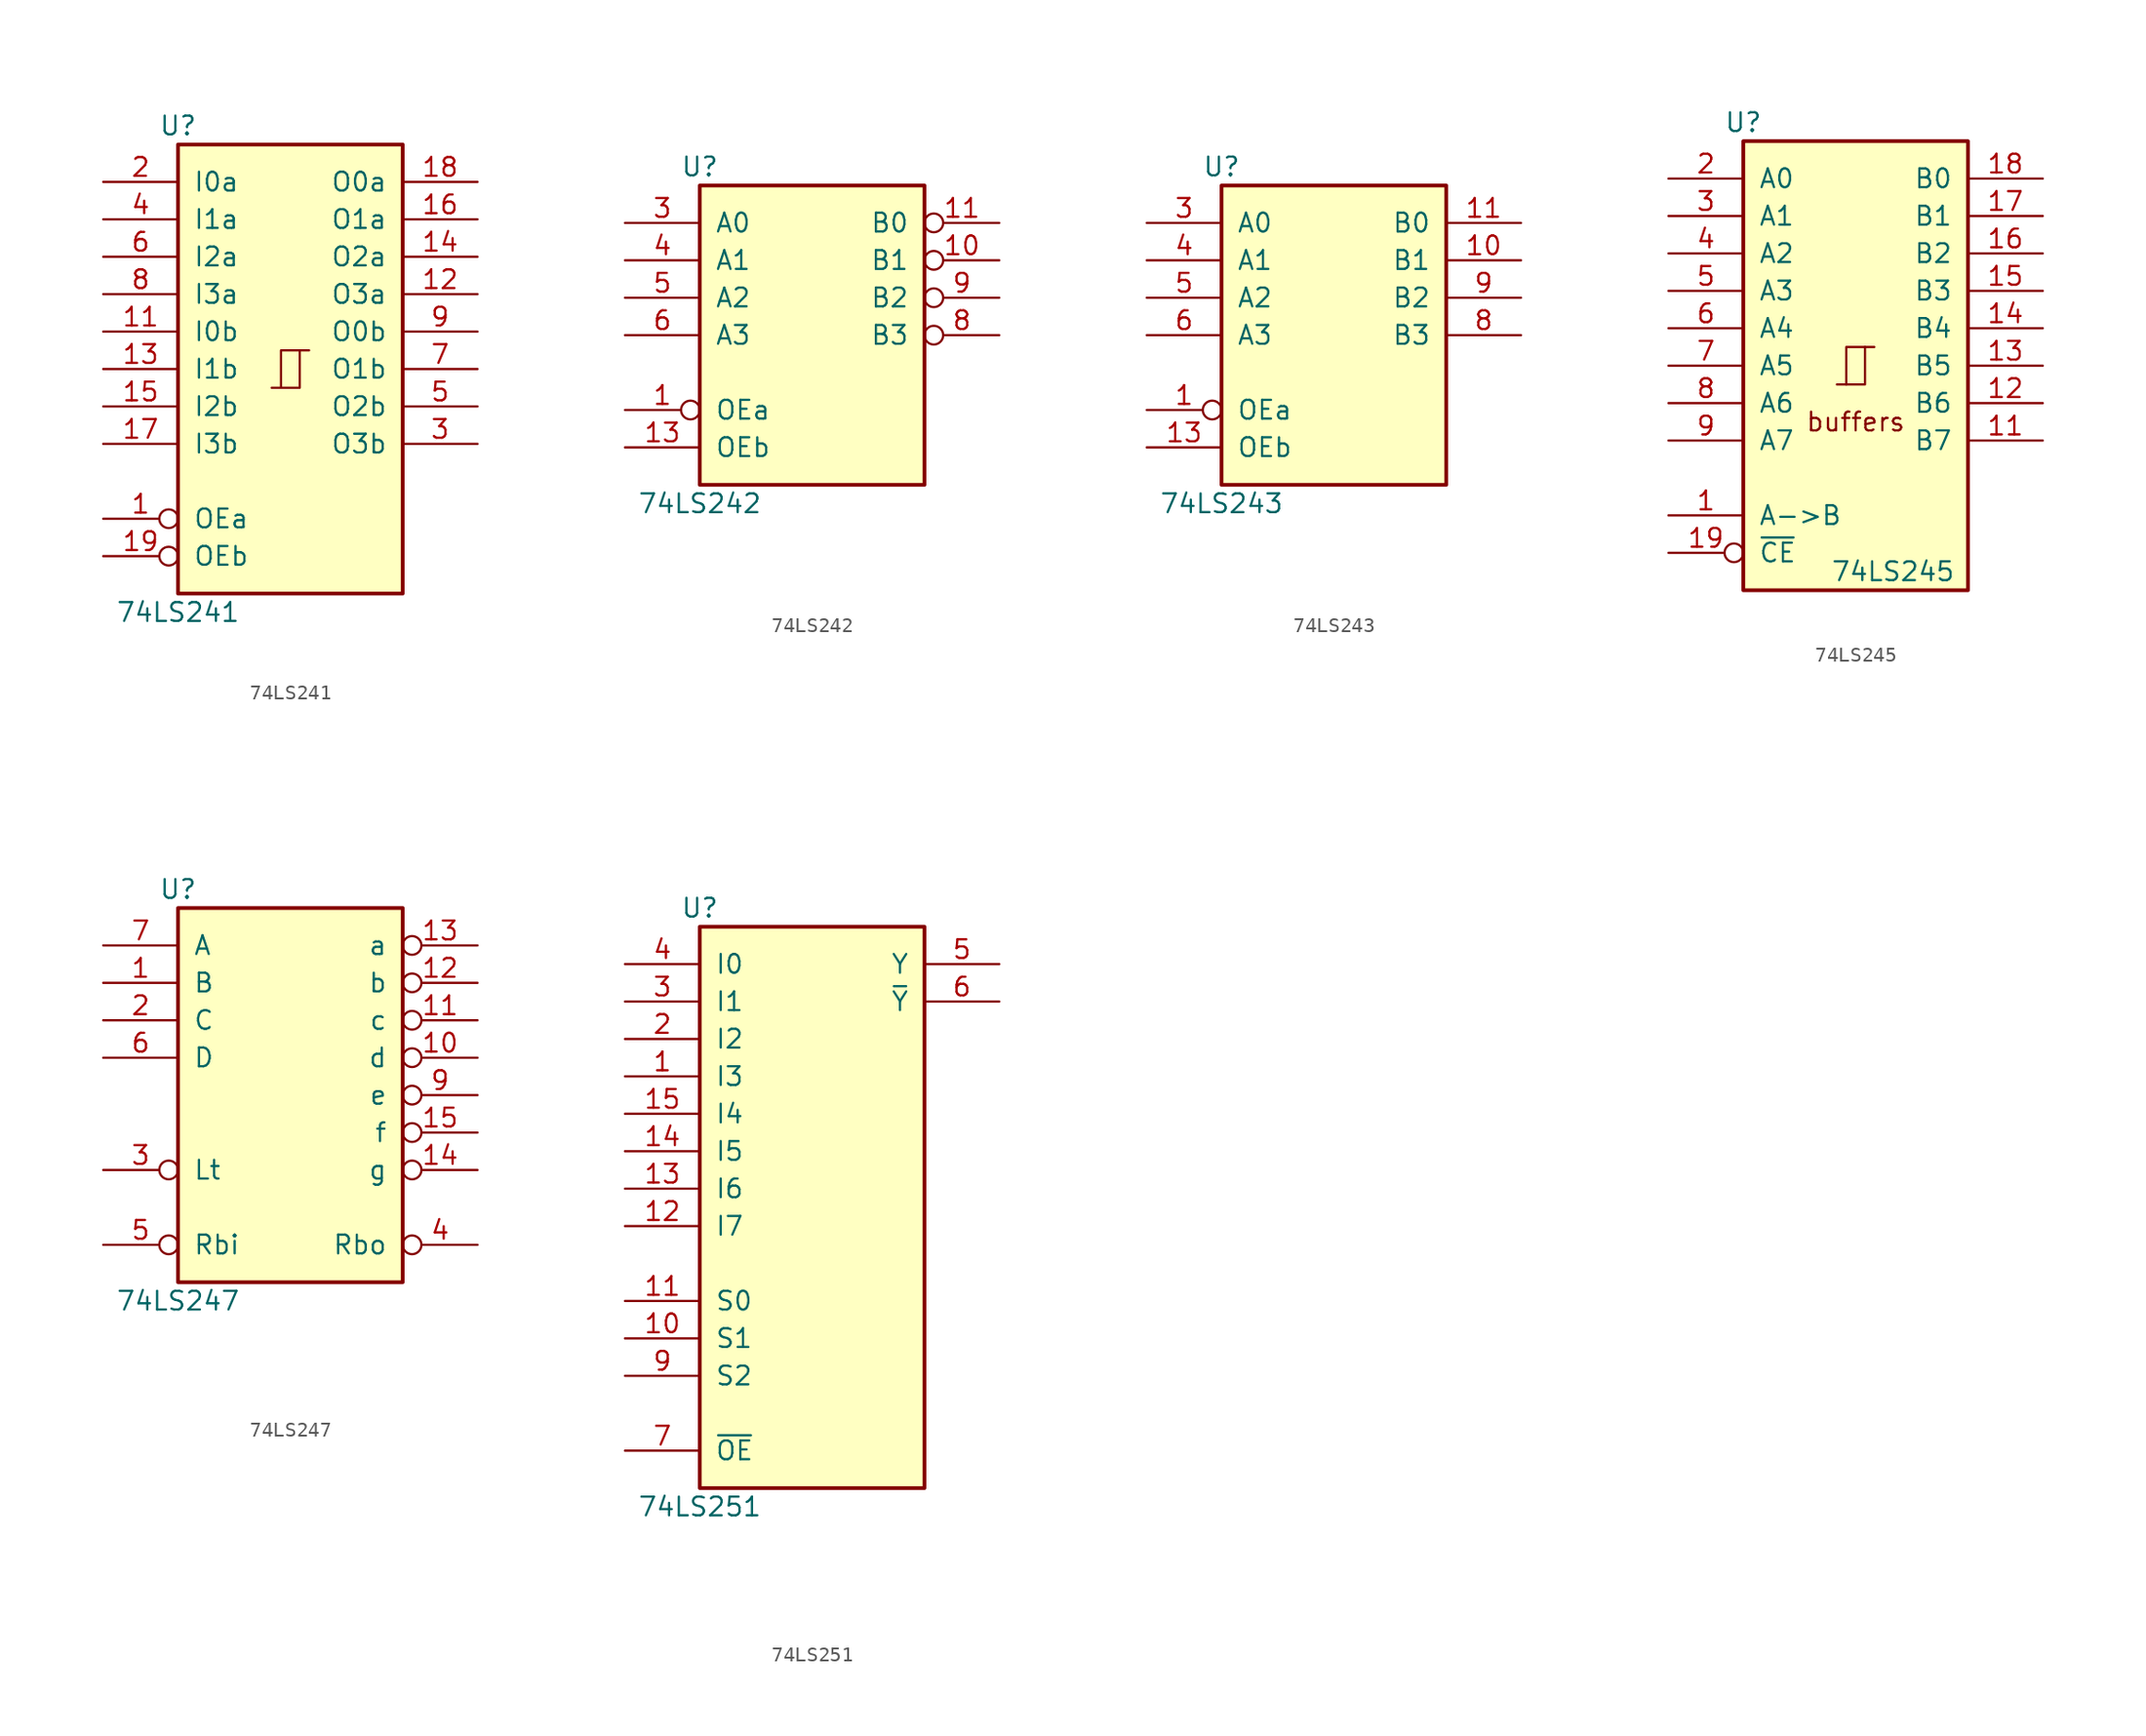
<source format=kicad_sym>
(kicad_symbol_lib
  (version 20211014)
  (generator kicad_symbol_editor)
  (symbol "74LS241"
    (pin_names
      (offset 1.016))
    (property "Reference" "U"
      (at -7.62 16.51 0)
      (effects (font (size 1.27 1.27))))
    (property "Value" "74LS241"
      (at -7.62 -16.51 0)
      (effects (font (size 1.27 1.27))))
    (property "ki_locked" ""
      (at 0 0 0)
      (effects (font (size 1.27 1.27))))
    (symbol "74LS241_1_0"
      (polyline (pts (xy -0.635 -1.27) (xy -0.635 1.27) (xy 0.635 1.27)) (stroke (width 0) (type default) (color 0 0 0 0)) (fill (type none)))
      (polyline (pts (xy -1.27 -1.27) (xy 0.635 -1.27) (xy 0.635 1.27) (xy 1.27 1.27)) (stroke (width 0) (type default) (color 0 0 0 0)) (fill (type none)))
      (pin input inverted (at -12.7 -10.16 0) (length 5.08) (name "OEa" (effects (font (size 1.27 1.27)))) (number "1" (effects (font (size 1.27 1.27)))))
      (pin power_in line (at 0 -15.24 90) (length 5.08) hide (name "VSS" (effects (font (size 1.27 1.27)))) (number "10" (effects (font (size 1.27 1.27)))))
      (pin input line (at -12.7 2.54 0) (length 5.08) (name "I0b" (effects (font (size 1.27 1.27)))) (number "11" (effects (font (size 1.27 1.27)))))
      (pin tri_state line (at 12.7 5.08 180) (length 5.08) (name "O3a" (effects (font (size 1.27 1.27)))) (number "12" (effects (font (size 1.27 1.27)))))
      (pin input line (at -12.7 0 0) (length 5.08) (name "I1b" (effects (font (size 1.27 1.27)))) (number "13" (effects (font (size 1.27 1.27)))))
      (pin tri_state line (at 12.7 7.62 180) (length 5.08) (name "O2a" (effects (font (size 1.27 1.27)))) (number "14" (effects (font (size 1.27 1.27)))))
      (pin input line (at -12.7 -2.54 0) (length 5.08) (name "I2b" (effects (font (size 1.27 1.27)))) (number "15" (effects (font (size 1.27 1.27)))))
      (pin tri_state line (at 12.7 10.16 180) (length 5.08) (name "O1a" (effects (font (size 1.27 1.27)))) (number "16" (effects (font (size 1.27 1.27)))))
      (pin input line (at -12.7 -5.08 0) (length 5.08) (name "I3b" (effects (font (size 1.27 1.27)))) (number "17" (effects (font (size 1.27 1.27)))))
      (pin tri_state line (at 12.7 12.7 180) (length 5.08) (name "O0a" (effects (font (size 1.27 1.27)))) (number "18" (effects (font (size 1.27 1.27)))))
      (pin input inverted (at -12.7 -12.7 0) (length 5.08) (name "OEb" (effects (font (size 1.27 1.27)))) (number "19" (effects (font (size 1.27 1.27)))))
      (pin input line (at -12.7 12.7 0) (length 5.08) (name "I0a" (effects (font (size 1.27 1.27)))) (number "2" (effects (font (size 1.27 1.27)))))
      (pin power_in line (at 0 15.24 270) (length 5.08) hide (name "VCC" (effects (font (size 1.27 1.27)))) (number "20" (effects (font (size 1.27 1.27)))))
      (pin tri_state line (at 12.7 -5.08 180) (length 5.08) (name "O3b" (effects (font (size 1.27 1.27)))) (number "3" (effects (font (size 1.27 1.27)))))
      (pin input line (at -12.7 10.16 0) (length 5.08) (name "I1a" (effects (font (size 1.27 1.27)))) (number "4" (effects (font (size 1.27 1.27)))))
      (pin tri_state line (at 12.7 -2.54 180) (length 5.08) (name "O2b" (effects (font (size 1.27 1.27)))) (number "5" (effects (font (size 1.27 1.27)))))
      (pin input line (at -12.7 7.62 0) (length 5.08) (name "I2a" (effects (font (size 1.27 1.27)))) (number "6" (effects (font (size 1.27 1.27)))))
      (pin tri_state line (at 12.7 0 180) (length 5.08) (name "O1b" (effects (font (size 1.27 1.27)))) (number "7" (effects (font (size 1.27 1.27)))))
      (pin input line (at -12.7 5.08 0) (length 5.08) (name "I3a" (effects (font (size 1.27 1.27)))) (number "8" (effects (font (size 1.27 1.27)))))
      (pin tri_state line (at 12.7 2.54 180) (length 5.08) (name "O0b" (effects (font (size 1.27 1.27)))) (number "9" (effects (font (size 1.27 1.27))))))
    (symbol "74LS241_1_1"
      (rectangle (start -7.62 15.24) (end 7.62 -15.24) (stroke (width 0.254) (type default) (color 0 0 0 0)) (fill (type background)))))
  (symbol "74LS242"
    (pin_names
      (offset 1.016))
    (property "Reference" "U"
      (at -7.62 11.43 0)
      (effects (font (size 1.27 1.27))))
    (property "Value" "74LS242"
      (at -7.62 -11.43 0)
      (effects (font (size 1.27 1.27))))
    (property "ki_locked" ""
      (at 0 0 0)
      (effects (font (size 1.27 1.27))))
    (symbol "74LS242_1_0"
      (pin input inverted (at -12.7 -5.08 0) (length 5.08) (name "OEa" (effects (font (size 1.27 1.27)))) (number "1" (effects (font (size 1.27 1.27)))))
      (pin tri_state inverted (at 12.7 5.08 180) (length 5.08) (name "B1" (effects (font (size 1.27 1.27)))) (number "10" (effects (font (size 1.27 1.27)))))
      (pin tri_state inverted (at 12.7 7.62 180) (length 5.08) (name "B0" (effects (font (size 1.27 1.27)))) (number "11" (effects (font (size 1.27 1.27)))))
      (pin input line (at -12.7 -7.62 0) (length 5.08) (name "OEb" (effects (font (size 1.27 1.27)))) (number "13" (effects (font (size 1.27 1.27)))))
      (pin input line (at 0 15.24 270) (length 5.08) hide (name "VCC" (effects (font (size 1.27 1.27)))) (number "14" (effects (font (size 1.27 1.27)))))
      (pin input line (at -12.7 7.62 0) (length 5.08) (name "A0" (effects (font (size 1.27 1.27)))) (number "3" (effects (font (size 1.27 1.27)))))
      (pin input line (at -12.7 5.08 0) (length 5.08) (name "A1" (effects (font (size 1.27 1.27)))) (number "4" (effects (font (size 1.27 1.27)))))
      (pin input line (at -12.7 2.54 0) (length 5.08) (name "A2" (effects (font (size 1.27 1.27)))) (number "5" (effects (font (size 1.27 1.27)))))
      (pin input line (at -12.7 0 0) (length 5.08) (name "A3" (effects (font (size 1.27 1.27)))) (number "6" (effects (font (size 1.27 1.27)))))
      (pin input line (at 0 -15.24 90) (length 5.08) hide (name "GND" (effects (font (size 1.27 1.27)))) (number "7" (effects (font (size 1.27 1.27)))))
      (pin tri_state inverted (at 12.7 0 180) (length 5.08) (name "B3" (effects (font (size 1.27 1.27)))) (number "8" (effects (font (size 1.27 1.27)))))
      (pin tri_state inverted (at 12.7 2.54 180) (length 5.08) (name "B2" (effects (font (size 1.27 1.27)))) (number "9" (effects (font (size 1.27 1.27))))))
    (symbol "74LS242_1_1"
      (rectangle (start -7.62 10.16) (end 7.62 -10.16) (stroke (width 0.254) (type default) (color 0 0 0 0)) (fill (type background)))))
  (symbol "74LS243"
    (pin_names
      (offset 1.016))
    (property "Reference" "U"
      (at -7.62 11.43 0)
      (effects (font (size 1.27 1.27))))
    (property "Value" "74LS243"
      (at -7.62 -11.43 0)
      (effects (font (size 1.27 1.27))))
    (property "ki_locked" ""
      (at 0 0 0)
      (effects (font (size 1.27 1.27))))
    (symbol "74LS243_1_0"
      (pin input inverted (at -12.7 -5.08 0) (length 5.08) (name "OEa" (effects (font (size 1.27 1.27)))) (number "1" (effects (font (size 1.27 1.27)))))
      (pin tri_state line (at 12.7 5.08 180) (length 5.08) (name "B1" (effects (font (size 1.27 1.27)))) (number "10" (effects (font (size 1.27 1.27)))))
      (pin tri_state line (at 12.7 7.62 180) (length 5.08) (name "B0" (effects (font (size 1.27 1.27)))) (number "11" (effects (font (size 1.27 1.27)))))
      (pin input line (at -12.7 -7.62 0) (length 5.08) (name "OEb" (effects (font (size 1.27 1.27)))) (number "13" (effects (font (size 1.27 1.27)))))
      (pin input line (at 0 15.24 270) (length 5.08) hide (name "VCC" (effects (font (size 1.27 1.27)))) (number "14" (effects (font (size 1.27 1.27)))))
      (pin input line (at -12.7 7.62 0) (length 5.08) (name "A0" (effects (font (size 1.27 1.27)))) (number "3" (effects (font (size 1.27 1.27)))))
      (pin input line (at -12.7 5.08 0) (length 5.08) (name "A1" (effects (font (size 1.27 1.27)))) (number "4" (effects (font (size 1.27 1.27)))))
      (pin input line (at -12.7 2.54 0) (length 5.08) (name "A2" (effects (font (size 1.27 1.27)))) (number "5" (effects (font (size 1.27 1.27)))))
      (pin input line (at -12.7 0 0) (length 5.08) (name "A3" (effects (font (size 1.27 1.27)))) (number "6" (effects (font (size 1.27 1.27)))))
      (pin input line (at 0 -15.24 90) (length 5.08) hide (name "GND" (effects (font (size 1.27 1.27)))) (number "7" (effects (font (size 1.27 1.27)))))
      (pin tri_state line (at 12.7 0 180) (length 5.08) (name "B3" (effects (font (size 1.27 1.27)))) (number "8" (effects (font (size 1.27 1.27)))))
      (pin tri_state line (at 12.7 2.54 180) (length 5.08) (name "B2" (effects (font (size 1.27 1.27)))) (number "9" (effects (font (size 1.27 1.27))))))
    (symbol "74LS243_1_1"
      (rectangle (start -7.62 10.16) (end 7.62 -10.16) (stroke (width 0.254) (type default) (color 0 0 0 0)) (fill (type background)))))
  (symbol "74LS245"
    (pin_names
      (offset 1.016))
    (property "Reference" "U"
      (at -7.62 16.51 0)
      (effects (font (size 1.27 1.27))))
    (property "Value" "74LS245"
      (at 2.54 -13.97 0)
      (effects (font (size 1.27 1.27))))
    (property "ki_locked" ""
      (at 0 0 0)
      (effects (font (size 1.27 1.27))))
    (symbol "74LS245_0_0"
      (text "buffers" (at 0 -3.81 0) (effects (font (size 1.27 1.27)))))
    (symbol "74LS245_1_0"
      (polyline (pts (xy -0.635 -1.27) (xy -0.635 1.27) (xy 0.635 1.27)) (stroke (width 0) (type default) (color 0 0 0 0)) (fill (type none)))
      (polyline (pts (xy -1.27 -1.27) (xy 0.635 -1.27) (xy 0.635 1.27) (xy 1.27 1.27)) (stroke (width 0) (type default) (color 0 0 0 0)) (fill (type none)))
      (pin input line (at -12.7 -10.16 0) (length 5.08) (name "A->B" (effects (font (size 1.27 1.27)))) (number "1" (effects (font (size 1.27 1.27)))))
      (pin tri_state line (at 12.7 -5.08 180) (length 5.08) (name "B7" (effects (font (size 1.27 1.27)))) (number "11" (effects (font (size 1.27 1.27)))))
      (pin tri_state line (at 12.7 -2.54 180) (length 5.08) (name "B6" (effects (font (size 1.27 1.27)))) (number "12" (effects (font (size 1.27 1.27)))))
      (pin tri_state line (at 12.7 0 180) (length 5.08) (name "B5" (effects (font (size 1.27 1.27)))) (number "13" (effects (font (size 1.27 1.27)))))
      (pin tri_state line (at 12.7 2.54 180) (length 5.08) (name "B4" (effects (font (size 1.27 1.27)))) (number "14" (effects (font (size 1.27 1.27)))))
      (pin tri_state line (at 12.7 5.08 180) (length 5.08) (name "B3" (effects (font (size 1.27 1.27)))) (number "15" (effects (font (size 1.27 1.27)))))
      (pin tri_state line (at 12.7 7.62 180) (length 5.08) (name "B2" (effects (font (size 1.27 1.27)))) (number "16" (effects (font (size 1.27 1.27)))))
      (pin tri_state line (at 12.7 10.16 180) (length 5.08) (name "B1" (effects (font (size 1.27 1.27)))) (number "17" (effects (font (size 1.27 1.27)))))
      (pin tri_state line (at 12.7 12.7 180) (length 5.08) (name "B0" (effects (font (size 1.27 1.27)))) (number "18" (effects (font (size 1.27 1.27)))))
      (pin input inverted (at -12.7 -12.7 0) (length 5.08) (name "~{CE}" (effects (font (size 1.27 1.27)))) (number "19" (effects (font (size 1.27 1.27)))))
      (pin tri_state line (at -12.7 12.7 0) (length 5.08) (name "A0" (effects (font (size 1.27 1.27)))) (number "2" (effects (font (size 1.27 1.27)))))
      (pin tri_state line (at -12.7 10.16 0) (length 5.08) (name "A1" (effects (font (size 1.27 1.27)))) (number "3" (effects (font (size 1.27 1.27)))))
      (pin tri_state line (at -12.7 7.62 0) (length 5.08) (name "A2" (effects (font (size 1.27 1.27)))) (number "4" (effects (font (size 1.27 1.27)))))
      (pin tri_state line (at -12.7 5.08 0) (length 5.08) (name "A3" (effects (font (size 1.27 1.27)))) (number "5" (effects (font (size 1.27 1.27)))))
      (pin tri_state line (at -12.7 2.54 0) (length 5.08) (name "A4" (effects (font (size 1.27 1.27)))) (number "6" (effects (font (size 1.27 1.27)))))
      (pin tri_state line (at -12.7 0 0) (length 5.08) (name "A5" (effects (font (size 1.27 1.27)))) (number "7" (effects (font (size 1.27 1.27)))))
      (pin tri_state line (at -12.7 -2.54 0) (length 5.08) (name "A6" (effects (font (size 1.27 1.27)))) (number "8" (effects (font (size 1.27 1.27)))))
      (pin tri_state line (at -12.7 -5.08 0) (length 5.08) (name "A7" (effects (font (size 1.27 1.27)))) (number "9" (effects (font (size 1.27 1.27))))))
    (symbol "74LS245_1_1"
      (rectangle (start -7.62 15.24) (end 7.62 -15.24) (stroke (width 0.254) (type default) (color 0 0 0 0)) (fill (type background)))))
  (symbol "74LS247"
    (pin_names
      (offset 1.016))
    (property "Reference" "U"
      (at -7.62 13.97 0)
      (effects (font (size 1.27 1.27))))
    (property "Value" "74LS247"
      (at -7.62 -13.97 0)
      (effects (font (size 1.27 1.27))))
    (property "ki_locked" ""
      (at 0 0 0)
      (effects (font (size 1.27 1.27))))
    (symbol "74LS247_1_0"
      (pin input line (at -12.7 7.62 0) (length 5.08) (name "B" (effects (font (size 1.27 1.27)))) (number "1" (effects (font (size 1.27 1.27)))))
      (pin open_collector inverted (at 12.7 2.54 180) (length 5.08) (name "d" (effects (font (size 1.27 1.27)))) (number "10" (effects (font (size 1.27 1.27)))))
      (pin open_collector inverted (at 12.7 5.08 180) (length 5.08) (name "c" (effects (font (size 1.27 1.27)))) (number "11" (effects (font (size 1.27 1.27)))))
      (pin open_collector inverted (at 12.7 7.62 180) (length 5.08) (name "b" (effects (font (size 1.27 1.27)))) (number "12" (effects (font (size 1.27 1.27)))))
      (pin open_collector inverted (at 12.7 10.16 180) (length 5.08) (name "a" (effects (font (size 1.27 1.27)))) (number "13" (effects (font (size 1.27 1.27)))))
      (pin open_collector inverted (at 12.7 -5.08 180) (length 5.08) (name "g" (effects (font (size 1.27 1.27)))) (number "14" (effects (font (size 1.27 1.27)))))
      (pin open_collector inverted (at 12.7 -2.54 180) (length 5.08) (name "f" (effects (font (size 1.27 1.27)))) (number "15" (effects (font (size 1.27 1.27)))))
      (pin input line (at 0 17.78 270) (length 5.08) hide (name "VCC" (effects (font (size 1.27 1.27)))) (number "16" (effects (font (size 1.27 1.27)))))
      (pin input line (at -12.7 5.08 0) (length 5.08) (name "C" (effects (font (size 1.27 1.27)))) (number "2" (effects (font (size 1.27 1.27)))))
      (pin input inverted (at -12.7 -5.08 0) (length 5.08) (name "Lt" (effects (font (size 1.27 1.27)))) (number "3" (effects (font (size 1.27 1.27)))))
      (pin output inverted (at 12.7 -10.16 180) (length 5.08) (name "Rbo" (effects (font (size 1.27 1.27)))) (number "4" (effects (font (size 1.27 1.27)))))
      (pin input inverted (at -12.7 -10.16 0) (length 5.08) (name "Rbi" (effects (font (size 1.27 1.27)))) (number "5" (effects (font (size 1.27 1.27)))))
      (pin input line (at -12.7 2.54 0) (length 5.08) (name "D" (effects (font (size 1.27 1.27)))) (number "6" (effects (font (size 1.27 1.27)))))
      (pin input line (at -12.7 10.16 0) (length 5.08) (name "A" (effects (font (size 1.27 1.27)))) (number "7" (effects (font (size 1.27 1.27)))))
      (pin input line (at 0 -17.78 90) (length 5.08) hide (name "GND" (effects (font (size 1.27 1.27)))) (number "8" (effects (font (size 1.27 1.27)))))
      (pin open_collector inverted (at 12.7 0 180) (length 5.08) (name "e" (effects (font (size 1.27 1.27)))) (number "9" (effects (font (size 1.27 1.27))))))
    (symbol "74LS247_1_1"
      (rectangle (start -7.62 12.7) (end 7.62 -12.7) (stroke (width 0.254) (type default) (color 0 0 0 0)) (fill (type background)))))
  (symbol "74LS251"
    (pin_names
      (offset 1.016))
    (property "Reference" "U"
      (at -7.62 19.05 0)
      (effects (font (size 1.27 1.27))))
    (property "Value" "74LS251"
      (at -7.62 -21.59 0)
      (effects (font (size 1.27 1.27))))
    (property "ki_locked" ""
      (at 0 0 0)
      (effects (font (size 1.27 1.27))))
    (symbol "74LS251_1_0"
      (pin input line (at -12.7 7.62 0) (length 5.08) (name "I3" (effects (font (size 1.27 1.27)))) (number "1" (effects (font (size 1.27 1.27)))))
      (pin input line (at -12.7 -10.16 0) (length 5.08) (name "S1" (effects (font (size 1.27 1.27)))) (number "10" (effects (font (size 1.27 1.27)))))
      (pin input line (at -12.7 -7.62 0) (length 5.08) (name "S0" (effects (font (size 1.27 1.27)))) (number "11" (effects (font (size 1.27 1.27)))))
      (pin input line (at -12.7 -2.54 0) (length 5.08) (name "I7" (effects (font (size 1.27 1.27)))) (number "12" (effects (font (size 1.27 1.27)))))
      (pin input line (at -12.7 0 0) (length 5.08) (name "I6" (effects (font (size 1.27 1.27)))) (number "13" (effects (font (size 1.27 1.27)))))
      (pin input line (at -12.7 2.54 0) (length 5.08) (name "I5" (effects (font (size 1.27 1.27)))) (number "14" (effects (font (size 1.27 1.27)))))
      (pin input line (at -12.7 5.08 0) (length 5.08) (name "I4" (effects (font (size 1.27 1.27)))) (number "15" (effects (font (size 1.27 1.27)))))
      (pin input line (at 0 22.86 270) (length 5.08) hide (name "VCC" (effects (font (size 1.27 1.27)))) (number "16" (effects (font (size 1.27 1.27)))))
      (pin input line (at -12.7 10.16 0) (length 5.08) (name "I2" (effects (font (size 1.27 1.27)))) (number "2" (effects (font (size 1.27 1.27)))))
      (pin input line (at -12.7 12.7 0) (length 5.08) (name "I1" (effects (font (size 1.27 1.27)))) (number "3" (effects (font (size 1.27 1.27)))))
      (pin input line (at -12.7 15.24 0) (length 5.08) (name "I0" (effects (font (size 1.27 1.27)))) (number "4" (effects (font (size 1.27 1.27)))))
      (pin tri_state line (at 12.7 15.24 180) (length 5.08) (name "Y" (effects (font (size 1.27 1.27)))) (number "5" (effects (font (size 1.27 1.27)))))
      (pin tri_state line (at 12.7 12.7 180) (length 5.08) (name "~{Y}" (effects (font (size 1.27 1.27)))) (number "6" (effects (font (size 1.27 1.27)))))
      (pin input line (at -12.7 -17.78 0) (length 5.08) (name "~{OE}" (effects (font (size 1.27 1.27)))) (number "7" (effects (font (size 1.27 1.27)))))
      (pin input line (at 0 -25.4 90) (length 5.08) hide (name "GND" (effects (font (size 1.27 1.27)))) (number "8" (effects (font (size 1.27 1.27)))))
      (pin input line (at -12.7 -12.7 0) (length 5.08) (name "S2" (effects (font (size 1.27 1.27)))) (number "9" (effects (font (size 1.27 1.27))))))
    (symbol "74LS251_1_1"
      (rectangle (start -7.62 17.78) (end 7.62 -20.32) (stroke (width 0.254) (type default) (color 0 0 0 0)) (fill (type background))))))
</source>
